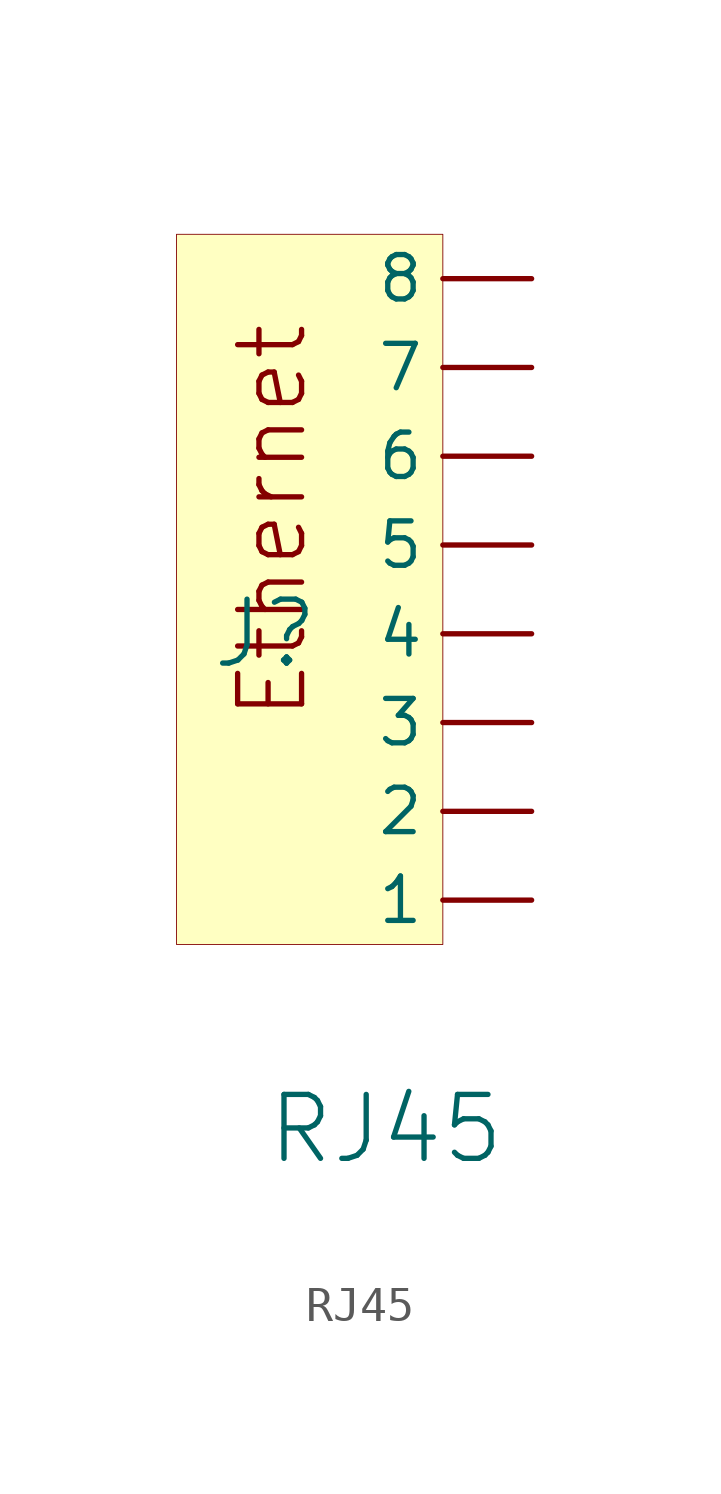
<source format=kicad_sym>
(kicad_symbol_lib
  (version 20241209)
  (generator "kicad_symbol_editor")
  (generator_version "9.0")
  (symbol "RJ45"
    (pin_numbers
      (hide yes))
    (property "Reference" "J"
      (at 0 0 0)
      (effects (font (size 1.829 1.829))))
    (property "Value" "RJ45"
      (at 0 -15.24 0)
      (effects (font (size 1.829 1.829)) (justify left bottom)))
    (symbol "RJ45_1_0"
      (rectangle (start 5.08 11.43) (end -2.54 -8.89) (stroke (width 0.025) (type solid) (color 128 0 0 1)) (fill (type background)))
      (text "Ethernet" (at 1.27 -2.54 900) (effects (font (size 1.829 1.829)) (justify left bottom)))
      (pin passive line (at 7.62 10.16 180) (length 2.54) (name "8" (effects (font (size 1.27 1.27)))) (number "8" (effects (font (size 1.27 1.27)))))
      (pin passive line (at 7.62 7.62 180) (length 2.54) (name "7" (effects (font (size 1.27 1.27)))) (number "7" (effects (font (size 1.27 1.27)))))
      (pin passive line (at 7.62 5.08 180) (length 2.54) (name "6" (effects (font (size 1.27 1.27)))) (number "6" (effects (font (size 1.27 1.27)))))
      (pin passive line (at 7.62 2.54 180) (length 2.54) (name "5" (effects (font (size 1.27 1.27)))) (number "5" (effects (font (size 1.27 1.27)))))
      (pin passive line (at 7.62 0 180) (length 2.54) (name "4" (effects (font (size 1.27 1.27)))) (number "4" (effects (font (size 1.27 1.27)))))
      (pin passive line (at 7.62 -2.54 180) (length 2.54) (name "3" (effects (font (size 1.27 1.27)))) (number "3" (effects (font (size 1.27 1.27)))))
      (pin passive line (at 7.62 -5.08 180) (length 2.54) (name "2" (effects (font (size 1.27 1.27)))) (number "2" (effects (font (size 1.27 1.27)))))
      (pin passive line (at 7.62 -7.62 180) (length 2.54) (name "1" (effects (font (size 1.27 1.27)))) (number "1" (effects (font (size 1.27 1.27))))))))
</source>
